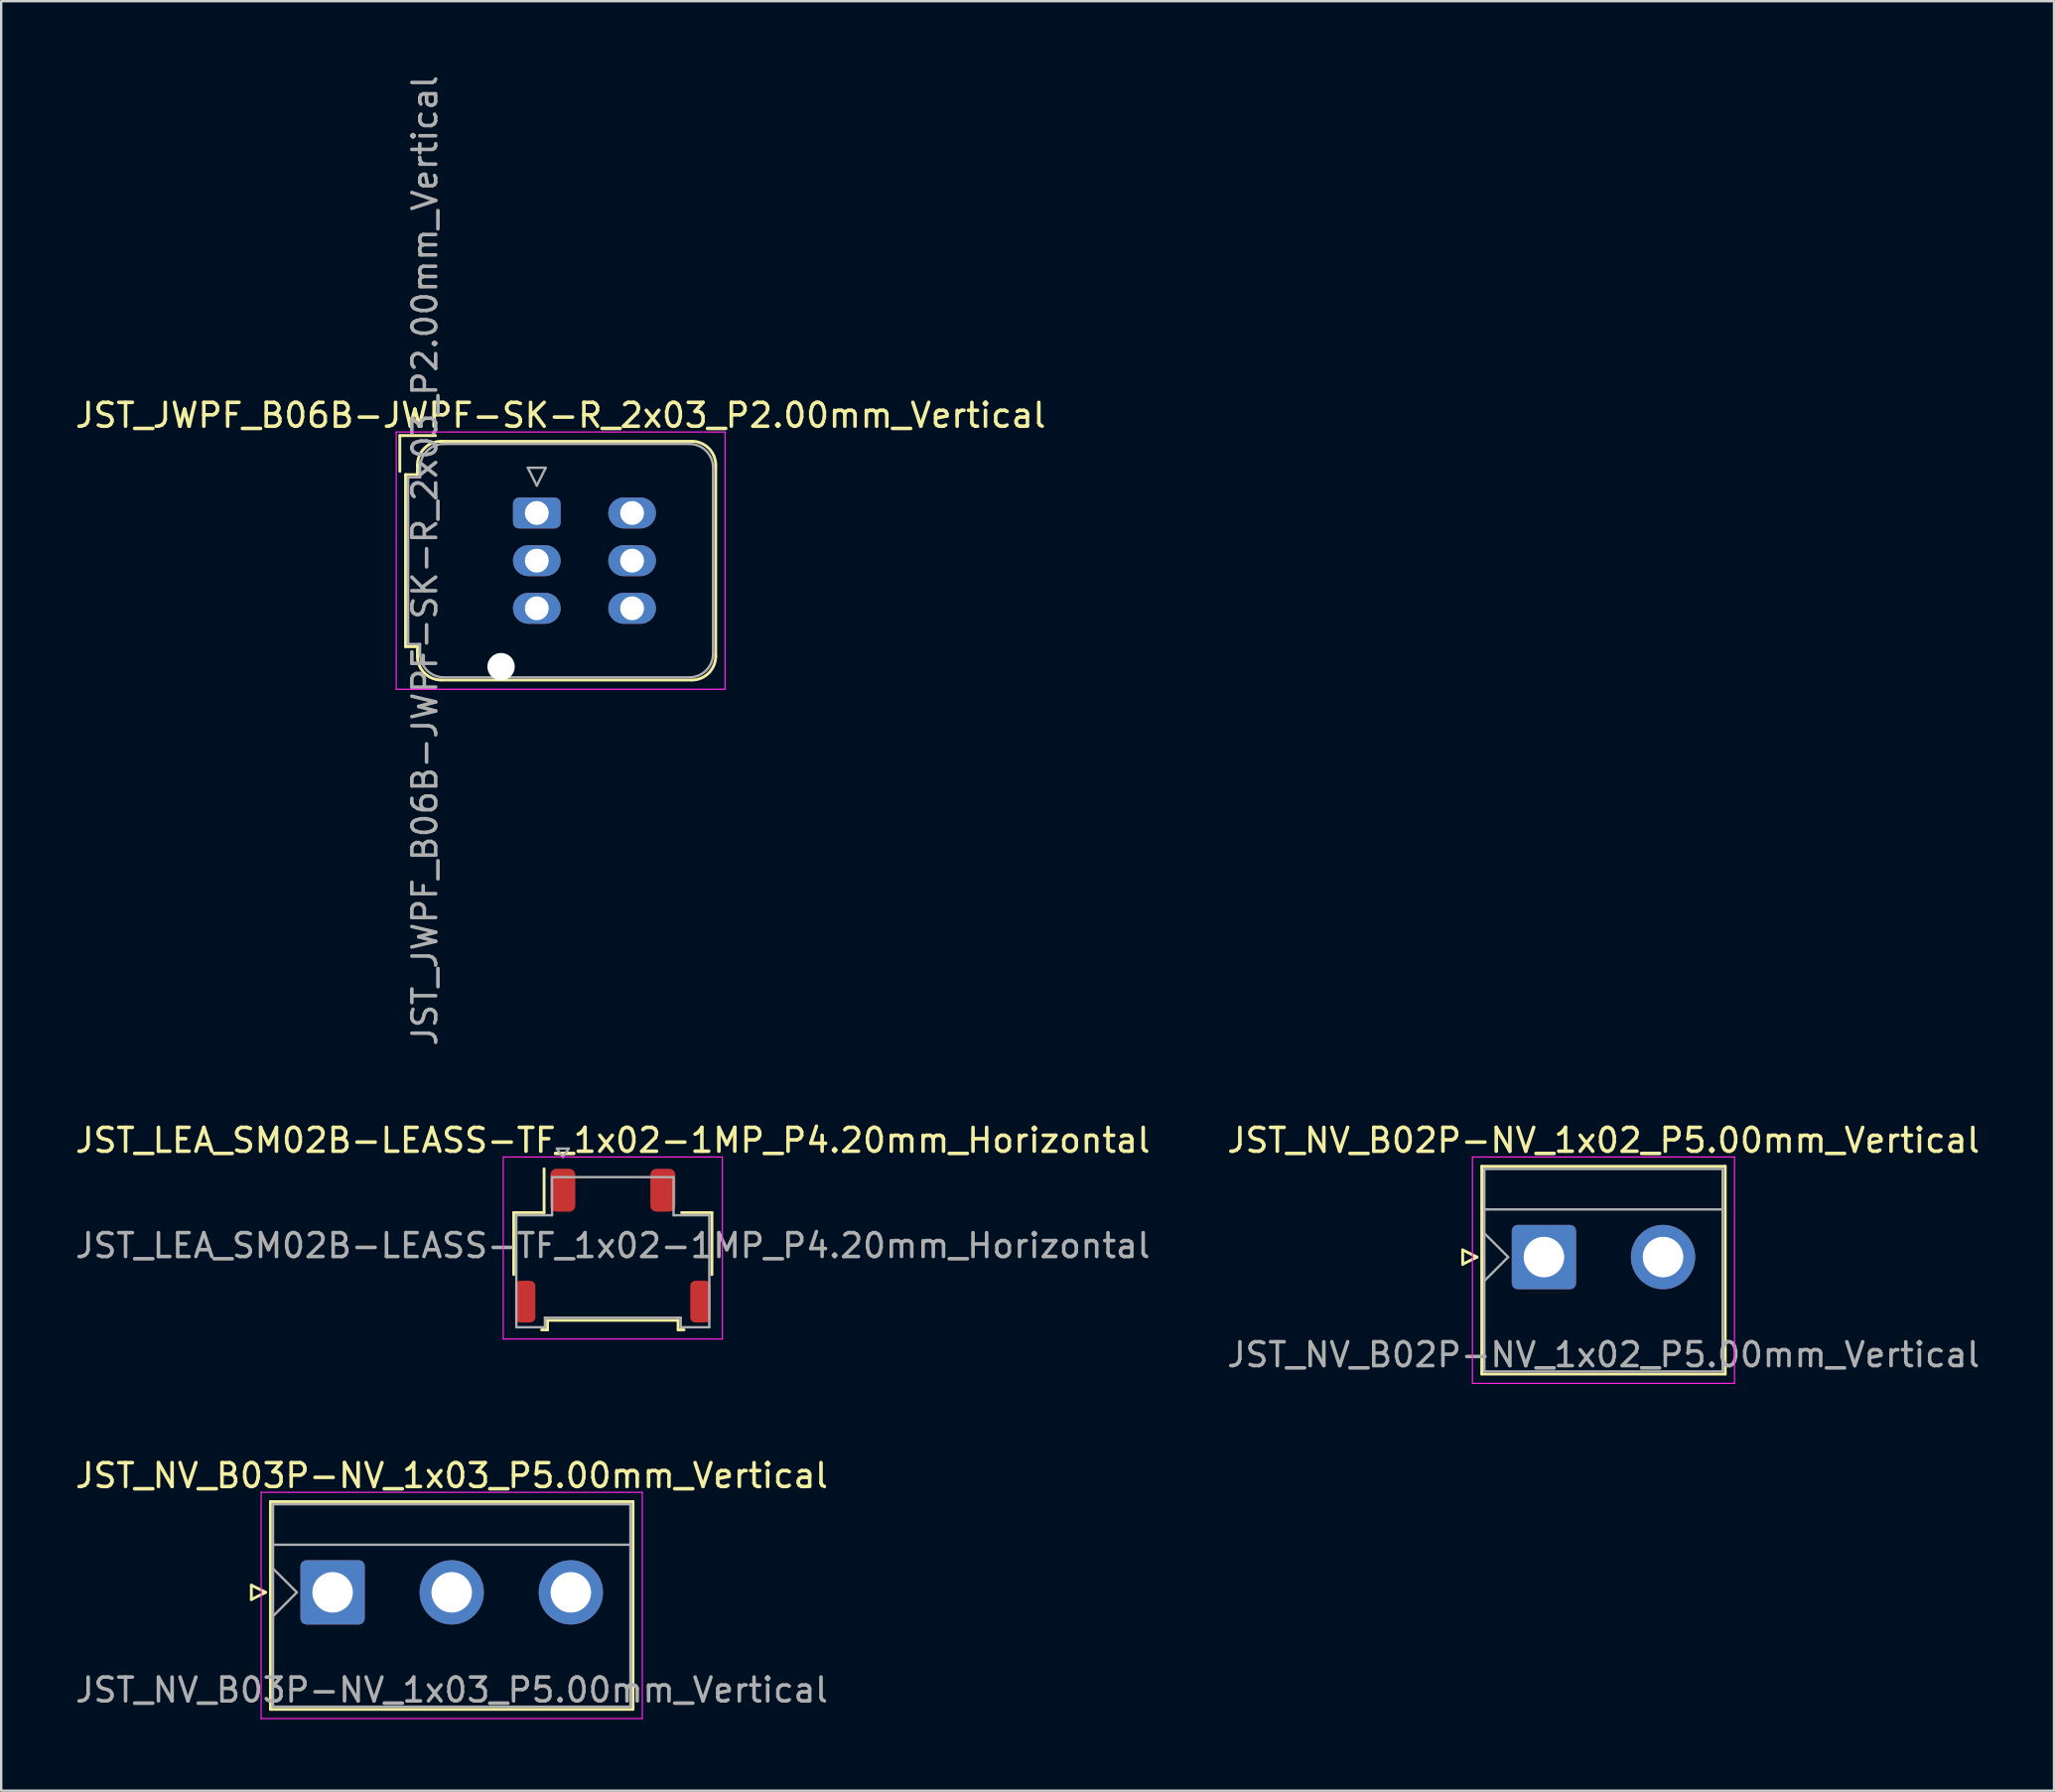
<source format=kicad_pcb>
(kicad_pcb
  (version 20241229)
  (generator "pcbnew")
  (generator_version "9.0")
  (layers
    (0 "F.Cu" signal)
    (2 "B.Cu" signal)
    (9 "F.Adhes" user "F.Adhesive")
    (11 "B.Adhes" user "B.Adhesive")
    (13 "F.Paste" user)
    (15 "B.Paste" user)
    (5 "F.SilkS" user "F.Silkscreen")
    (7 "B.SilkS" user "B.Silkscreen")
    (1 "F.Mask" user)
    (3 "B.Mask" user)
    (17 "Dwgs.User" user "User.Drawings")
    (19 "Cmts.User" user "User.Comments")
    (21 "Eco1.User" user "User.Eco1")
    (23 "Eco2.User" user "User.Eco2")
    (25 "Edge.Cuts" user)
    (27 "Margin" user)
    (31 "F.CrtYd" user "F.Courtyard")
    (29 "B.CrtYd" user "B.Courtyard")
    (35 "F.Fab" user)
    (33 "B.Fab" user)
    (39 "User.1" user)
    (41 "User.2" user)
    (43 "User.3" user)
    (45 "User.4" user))
  (footprint "JST_LEA_SM02B-LEASS-TF_1x02-1MP_P4.20mm_Horizontal"
    (layer "F.Cu")
    (at 22.673 49.233)
    (property "Reference" "JST_LEA_SM02B-LEASS-TF_1x02-1MP_P4.20mm_Horizontal" (at 0 -4.42 0) (layer "F.SilkS") (effects (font (size 1 1) (thickness 0.15))))
    (attr smd)
    (fp_line (start -4.16 -1.385) (end -2.885 -1.385) (stroke (width 0.12) (type solid)) (layer "F.SilkS"))
    (fp_line (start -4.16 1.215) (end -4.16 -1.385) (stroke (width 0.12) (type solid)) (layer "F.SilkS"))
    (fp_line (start -2.99 3.535) (end -2.74 3.535) (stroke (width 0.12) (type solid)) (layer "F.SilkS"))
    (fp_line (start -2.885 -1.385) (end -2.885 -3.225) (stroke (width 0.12) (type solid)) (layer "F.SilkS"))
    (fp_line (start -2.74 3.135) (end 2.74 3.135) (stroke (width 0.12) (type solid)) (layer "F.SilkS"))
    (fp_line (start -2.74 3.535) (end -2.74 3.135) (stroke (width 0.12) (type solid)) (layer "F.SilkS"))
    (fp_line (start 2.74 3.135) (end 2.74 3.535) (stroke (width 0.12) (type solid)) (layer "F.SilkS"))
    (fp_line (start 2.74 3.535) (end 2.99 3.535) (stroke (width 0.12) (type solid)) (layer "F.SilkS"))
    (fp_line (start 4.16 -1.385) (end 2.885 -1.385) (stroke (width 0.12) (type solid)) (layer "F.SilkS"))
    (fp_line (start 4.16 1.215) (end 4.16 -1.385) (stroke (width 0.12) (type solid)) (layer "F.SilkS"))
    (fp_line (start -4.6 -3.72) (end -4.6 3.92) (stroke (width 0.05) (type solid)) (layer "F.CrtYd"))
    (fp_line (start -4.6 3.92) (end 4.6 3.92) (stroke (width 0.05) (type solid)) (layer "F.CrtYd"))
    (fp_line (start 4.6 -3.72) (end -4.6 -3.72) (stroke (width 0.05) (type solid)) (layer "F.CrtYd"))
    (fp_line (start 4.6 3.92) (end 4.6 -3.72) (stroke (width 0.05) (type solid)) (layer "F.CrtYd"))
    (fp_line (start -4.05 -1.275) (end -4.05 3.425) (stroke (width 0.1) (type solid)) (layer "F.Fab"))
    (fp_line (start -4.05 -1.275) (end -2.55 -1.275) (stroke (width 0.1) (type solid)) (layer "F.Fab"))
    (fp_line (start -4.05 3.425) (end -2.85 3.425) (stroke (width 0.1) (type solid)) (layer "F.Fab"))
    (fp_line (start -2.85 3.025) (end 2.85 3.025) (stroke (width 0.1) (type solid)) (layer "F.Fab"))
    (fp_line (start -2.85 3.425) (end -2.85 3.025) (stroke (width 0.1) (type solid)) (layer "F.Fab"))
    (fp_line (start -2.55 -2.875) (end 2.55 -2.875) (stroke (width 0.1) (type solid)) (layer "F.Fab"))
    (fp_line (start -2.55 -1.275) (end -2.55 -2.875) (stroke (width 0.1) (type solid)) (layer "F.Fab"))
    (fp_line (start -2.35 -4.074) (end -2.1 -3.72) (stroke (width 0.1) (type solid)) (layer "F.Fab"))
    (fp_line (start -2.1 -3.72) (end -1.85 -4.074) (stroke (width 0.1) (type solid)) (layer "F.Fab"))
    (fp_line (start -1.85 -4.074) (end -2.35 -4.074) (stroke (width 0.1) (type solid)) (layer "F.Fab"))
    (fp_line (start 2.55 -2.875) (end 2.55 -1.275) (stroke (width 0.1) (type solid)) (layer "F.Fab"))
    (fp_line (start 2.55 -1.275) (end 4.05 -1.275) (stroke (width 0.1) (type solid)) (layer "F.Fab"))
    (fp_line (start 2.85 3.025) (end 2.85 3.425) (stroke (width 0.1) (type solid)) (layer "F.Fab"))
    (fp_line (start 2.85 3.425) (end 4.05 3.425) (stroke (width 0.1) (type solid)) (layer "F.Fab"))
    (fp_line (start 4.05 -1.275) (end 4.05 3.425) (stroke (width 0.1) (type solid)) (layer "F.Fab"))
    (fp_text user "${REFERENCE}" (at 0 0 0) (layer "F.Fab") (effects (font (size 1 1) (thickness 0.15))))
    (pad "1" smd roundrect (at -2.1 -2.325) (size 1.05 1.8) (layers "F.Cu" "F.Mask" "F.Paste") (roundrect_rratio 0.238))
    (pad "2" smd roundrect (at 2.1 -2.325) (size 1.05 1.8) (layers "F.Cu" "F.Mask" "F.Paste") (roundrect_rratio 0.238))
    (pad "MP" smd roundrect (at -3.675 2.35) (size 0.85 1.75) (layers "F.Cu" "F.Mask" "F.Paste") (roundrect_rratio 0.25))
    (pad "MP" smd roundrect (at 3.675 2.35) (size 0.85 1.75) (layers "F.Cu" "F.Mask" "F.Paste") (roundrect_rratio 0.25)))
  (footprint "JST_NV_B03P-NV_1x03_P5.00mm_Vertical"
    (layer "F.Cu")
    (at 10.911 63.786)
    (property "Reference" "JST_NV_B03P-NV_1x03_P5.00mm_Vertical" (at 5 -4.9 0) (layer "F.SilkS") (effects (font (size 1 1) (thickness 0.15))))
    (attr through_hole)
    (fp_line (start -3.41 -0.3) (end -2.81 0) (stroke (width 0.12) (type solid)) (layer "F.SilkS"))
    (fp_line (start -3.41 0.3) (end -3.41 -0.3) (stroke (width 0.12) (type solid)) (layer "F.SilkS"))
    (fp_line (start -2.81 0) (end -3.41 0.3) (stroke (width 0.12) (type solid)) (layer "F.SilkS"))
    (fp_line (start -2.61 -3.81) (end -2.61 4.91) (stroke (width 0.12) (type solid)) (layer "F.SilkS"))
    (fp_line (start -2.61 4.91) (end 12.61 4.91) (stroke (width 0.12) (type solid)) (layer "F.SilkS"))
    (fp_line (start 12.61 -3.81) (end -2.61 -3.81) (stroke (width 0.12) (type solid)) (layer "F.SilkS"))
    (fp_line (start 12.61 4.91) (end 12.61 -3.81) (stroke (width 0.12) (type solid)) (layer "F.SilkS"))
    (fp_line (start -3 -4.2) (end -3 5.3) (stroke (width 0.05) (type solid)) (layer "F.CrtYd"))
    (fp_line (start -3 5.3) (end 13 5.3) (stroke (width 0.05) (type solid)) (layer "F.CrtYd"))
    (fp_line (start 13 -4.2) (end -3 -4.2) (stroke (width 0.05) (type solid)) (layer "F.CrtYd"))
    (fp_line (start 13 5.3) (end 13 -4.2) (stroke (width 0.05) (type solid)) (layer "F.CrtYd"))
    (fp_line (start -2.5 -3.7) (end -2.5 4.8) (stroke (width 0.1) (type solid)) (layer "F.Fab"))
    (fp_line (start -2.5 -2) (end 12.5 -2) (stroke (width 0.1) (type solid)) (layer "F.Fab"))
    (fp_line (start -2.5 -1) (end -1.5 0) (stroke (width 0.1) (type solid)) (layer "F.Fab"))
    (fp_line (start -2.5 1) (end -1.5 0) (stroke (width 0.1) (type solid)) (layer "F.Fab"))
    (fp_line (start -2.5 4.8) (end 12.5 4.8) (stroke (width 0.1) (type solid)) (layer "F.Fab"))
    (fp_line (start 12.5 -3.7) (end -2.5 -3.7) (stroke (width 0.1) (type solid)) (layer "F.Fab"))
    (fp_line (start 12.5 4.8) (end 12.5 -3.7) (stroke (width 0.1) (type solid)) (layer "F.Fab"))
    (fp_text user "${REFERENCE}" (at 5 4.1 0) (layer "F.Fab") (effects (font (size 1 1) (thickness 0.15))))
    (pad "1" thru_hole roundrect (at 0 0) (size 2.7 2.7) (drill 1.7) (layers "*.Cu" "*.Mask") (roundrect_rratio 0.093))
    (pad "2" thru_hole circle (at 5 0) (size 2.7 2.7) (drill 1.7) (layers "*.Cu" "*.Mask"))
    (pad "3" thru_hole circle (at 10 0) (size 2.7 2.7) (drill 1.7) (layers "*.Cu" "*.Mask")))
  (footprint "JST_JWPF_B06B-JWPF-SK-R_2x03_P2.00mm_Vertical"
    (layer "F.Cu")
    (at 19.482 18.482)
    (property "Reference" "JST_JWPF_B06B-JWPF-SK-R_2x03_P2.00mm_Vertical" (at 1 -4.1 0) (layer "F.SilkS") (effects (font (size 1 1) (thickness 0.15))))
    (attr through_hole)
    (fp_line (start -5.75 -3.25) (end -4.25 -3.25) (stroke (width 0.12) (type solid)) (layer "F.SilkS"))
    (fp_line (start -5.75 -1.75) (end -5.75 -3.25) (stroke (width 0.12) (type solid)) (layer "F.SilkS"))
    (fp_line (start -5.51 -1.61) (end -5.51 5.61) (stroke (width 0.12) (type solid)) (layer "F.SilkS"))
    (fp_line (start -5.51 5.61) (end -5.01 5.61) (stroke (width 0.12) (type solid)) (layer "F.SilkS"))
    (fp_line (start -5.01 -2.01) (end -5.01 -1.61) (stroke (width 0.12) (type solid)) (layer "F.SilkS"))
    (fp_line (start -5.01 -1.61) (end -5.51 -1.61) (stroke (width 0.12) (type solid)) (layer "F.SilkS"))
    (fp_line (start -5.01 5.61) (end -5.01 6.01) (stroke (width 0.12) (type solid)) (layer "F.SilkS"))
    (fp_line (start -4.01 -3.01) (end 6.51 -3.01) (stroke (width 0.12) (type solid)) (layer "F.SilkS"))
    (fp_line (start -4.01 7.01) (end 6.51 7.01) (stroke (width 0.12) (type solid)) (layer "F.SilkS"))
    (fp_line (start 7.51 -2.01) (end 7.51 6.01) (stroke (width 0.12) (type solid)) (layer "F.SilkS"))
    (fp_arc (start -5.01 -2.01) (mid -4.717107 -2.717107) (end -4.01 -3.01) (stroke (width 0.12) (type solid)) (layer "F.SilkS"))
    (fp_arc (start -4.01 7.01) (mid -4.717107 6.717107) (end -5.01 6.01) (stroke (width 0.12) (type solid)) (layer "F.SilkS"))
    (fp_arc (start 6.51 -3.01) (mid 7.217107 -2.717107) (end 7.51 -2.01) (stroke (width 0.12) (type solid)) (layer "F.SilkS"))
    (fp_arc (start 7.51 6.01) (mid 7.217107 6.717107) (end 6.51 7.01) (stroke (width 0.12) (type solid)) (layer "F.SilkS"))
    (fp_line (start -5.9 -3.4) (end -5.9 7.4) (stroke (width 0.05) (type solid)) (layer "F.CrtYd"))
    (fp_line (start -5.9 7.4) (end 7.9 7.4) (stroke (width 0.05) (type solid)) (layer "F.CrtYd"))
    (fp_line (start 7.9 -3.4) (end -5.9 -3.4) (stroke (width 0.05) (type solid)) (layer "F.CrtYd"))
    (fp_line (start 7.9 7.4) (end 7.9 -3.4) (stroke (width 0.05) (type solid)) (layer "F.CrtYd"))
    (fp_line (start -5.4 -1.5) (end -5.4 5.5) (stroke (width 0.1) (type solid)) (layer "F.Fab"))
    (fp_line (start -5.4 5.5) (end -4.9 5.5) (stroke (width 0.1) (type solid)) (layer "F.Fab"))
    (fp_line (start -4.9 -1.9) (end -4.9 -1.5) (stroke (width 0.1) (type solid)) (layer "F.Fab"))
    (fp_line (start -4.9 -1.5) (end -5.4 -1.5) (stroke (width 0.1) (type solid)) (layer "F.Fab"))
    (fp_line (start -4.9 5.5) (end -4.9 5.9) (stroke (width 0.1) (type solid)) (layer "F.Fab"))
    (fp_line (start -3.9 -2.9) (end 6.4 -2.9) (stroke (width 0.1) (type solid)) (layer "F.Fab"))
    (fp_line (start -3.9 6.9) (end 6.4 6.9) (stroke (width 0.1) (type solid)) (layer "F.Fab"))
    (fp_line (start -0.375 -1.9) (end 0.375 -1.9) (stroke (width 0.1) (type solid)) (layer "F.Fab"))
    (fp_line (start 0 -1.15) (end -0.375 -1.9) (stroke (width 0.1) (type solid)) (layer "F.Fab"))
    (fp_line (start 0.375 -1.9) (end 0 -1.15) (stroke (width 0.1) (type solid)) (layer "F.Fab"))
    (fp_line (start 7.4 -1.9) (end 7.4 5.9) (stroke (width 0.1) (type solid)) (layer "F.Fab"))
    (fp_arc (start -4.9 -1.9) (mid -4.607107 -2.607107) (end -3.9 -2.9) (stroke (width 0.1) (type solid)) (layer "F.Fab"))
    (fp_arc (start -3.9 6.9) (mid -4.607107 6.607107) (end -4.9 5.9) (stroke (width 0.1) (type solid)) (layer "F.Fab"))
    (fp_arc (start 6.4 -2.9) (mid 7.107107 -2.607107) (end 7.4 -1.9) (stroke (width 0.1) (type solid)) (layer "F.Fab"))
    (fp_arc (start 7.4 5.9) (mid 7.107107 6.607107) (end 6.4 6.9) (stroke (width 0.1) (type solid)) (layer "F.Fab"))
    (fp_text user "${REFERENCE}" (at -4.7 2 90) (layer "F.Fab") (effects (font (size 1 1) (thickness 0.15))))
    (pad "" np_thru_hole circle (at -1.5 6.45) (size 1.15 1.15) (drill 1.15) (layers "*.Cu" "*.Mask"))
    (pad "1" thru_hole roundrect (at 0 0) (size 2 1.3) (drill 1) (layers "*.Cu" "*.Mask") (roundrect_rratio 0.192))
    (pad "2" thru_hole oval (at 0 2) (size 2 1.3) (drill 1) (layers "*.Cu" "*.Mask"))
    (pad "3" thru_hole oval (at 0 4) (size 2 1.3) (drill 1) (layers "*.Cu" "*.Mask"))
    (pad "4" thru_hole oval (at 4 0) (size 2 1.3) (drill 1) (layers "*.Cu" "*.Mask"))
    (pad "5" thru_hole oval (at 4 2) (size 2 1.3) (drill 1) (layers "*.Cu" "*.Mask"))
    (pad "6" thru_hole oval (at 4 4) (size 2 1.3) (drill 1) (layers "*.Cu" "*.Mask")))
  (footprint "JST_NV_B02P-NV_1x02_P5.00mm_Vertical"
    (layer "F.Cu")
    (at 61.756 49.713)
    (property "Reference" "JST_NV_B02P-NV_1x02_P5.00mm_Vertical" (at 2.5 -4.9 0) (layer "F.SilkS") (effects (font (size 1 1) (thickness 0.15))))
    (attr through_hole)
    (fp_line (start -3.41 -0.3) (end -2.81 0) (stroke (width 0.12) (type solid)) (layer "F.SilkS"))
    (fp_line (start -3.41 0.3) (end -3.41 -0.3) (stroke (width 0.12) (type solid)) (layer "F.SilkS"))
    (fp_line (start -2.81 0) (end -3.41 0.3) (stroke (width 0.12) (type solid)) (layer "F.SilkS"))
    (fp_line (start -2.61 -3.81) (end -2.61 4.91) (stroke (width 0.12) (type solid)) (layer "F.SilkS"))
    (fp_line (start -2.61 4.91) (end 7.61 4.91) (stroke (width 0.12) (type solid)) (layer "F.SilkS"))
    (fp_line (start 7.61 -3.81) (end -2.61 -3.81) (stroke (width 0.12) (type solid)) (layer "F.SilkS"))
    (fp_line (start 7.61 4.91) (end 7.61 -3.81) (stroke (width 0.12) (type solid)) (layer "F.SilkS"))
    (fp_line (start -3 -4.2) (end -3 5.3) (stroke (width 0.05) (type solid)) (layer "F.CrtYd"))
    (fp_line (start -3 5.3) (end 8 5.3) (stroke (width 0.05) (type solid)) (layer "F.CrtYd"))
    (fp_line (start 8 -4.2) (end -3 -4.2) (stroke (width 0.05) (type solid)) (layer "F.CrtYd"))
    (fp_line (start 8 5.3) (end 8 -4.2) (stroke (width 0.05) (type solid)) (layer "F.CrtYd"))
    (fp_line (start -2.5 -3.7) (end -2.5 4.8) (stroke (width 0.1) (type solid)) (layer "F.Fab"))
    (fp_line (start -2.5 -2) (end 7.5 -2) (stroke (width 0.1) (type solid)) (layer "F.Fab"))
    (fp_line (start -2.5 -1) (end -1.5 0) (stroke (width 0.1) (type solid)) (layer "F.Fab"))
    (fp_line (start -2.5 1) (end -1.5 0) (stroke (width 0.1) (type solid)) (layer "F.Fab"))
    (fp_line (start -2.5 4.8) (end 7.5 4.8) (stroke (width 0.1) (type solid)) (layer "F.Fab"))
    (fp_line (start 7.5 -3.7) (end -2.5 -3.7) (stroke (width 0.1) (type solid)) (layer "F.Fab"))
    (fp_line (start 7.5 4.8) (end 7.5 -3.7) (stroke (width 0.1) (type solid)) (layer "F.Fab"))
    (fp_text user "${REFERENCE}" (at 2.5 4.1 0) (layer "F.Fab") (effects (font (size 1 1) (thickness 0.15))))
    (pad "1" thru_hole roundrect (at 0 0) (size 2.7 2.7) (drill 1.7) (layers "*.Cu" "*.Mask") (roundrect_rratio 0.093))
    (pad "2" thru_hole circle (at 5 0) (size 2.7 2.7) (drill 1.7) (layers "*.Cu" "*.Mask")))
  (gr_rect
    (start -3 -3)
    (end 83.167 72.111)
    (stroke (width 0.1) (type default))
    (fill no)
    (layer "Edge.Cuts")))
</source>
